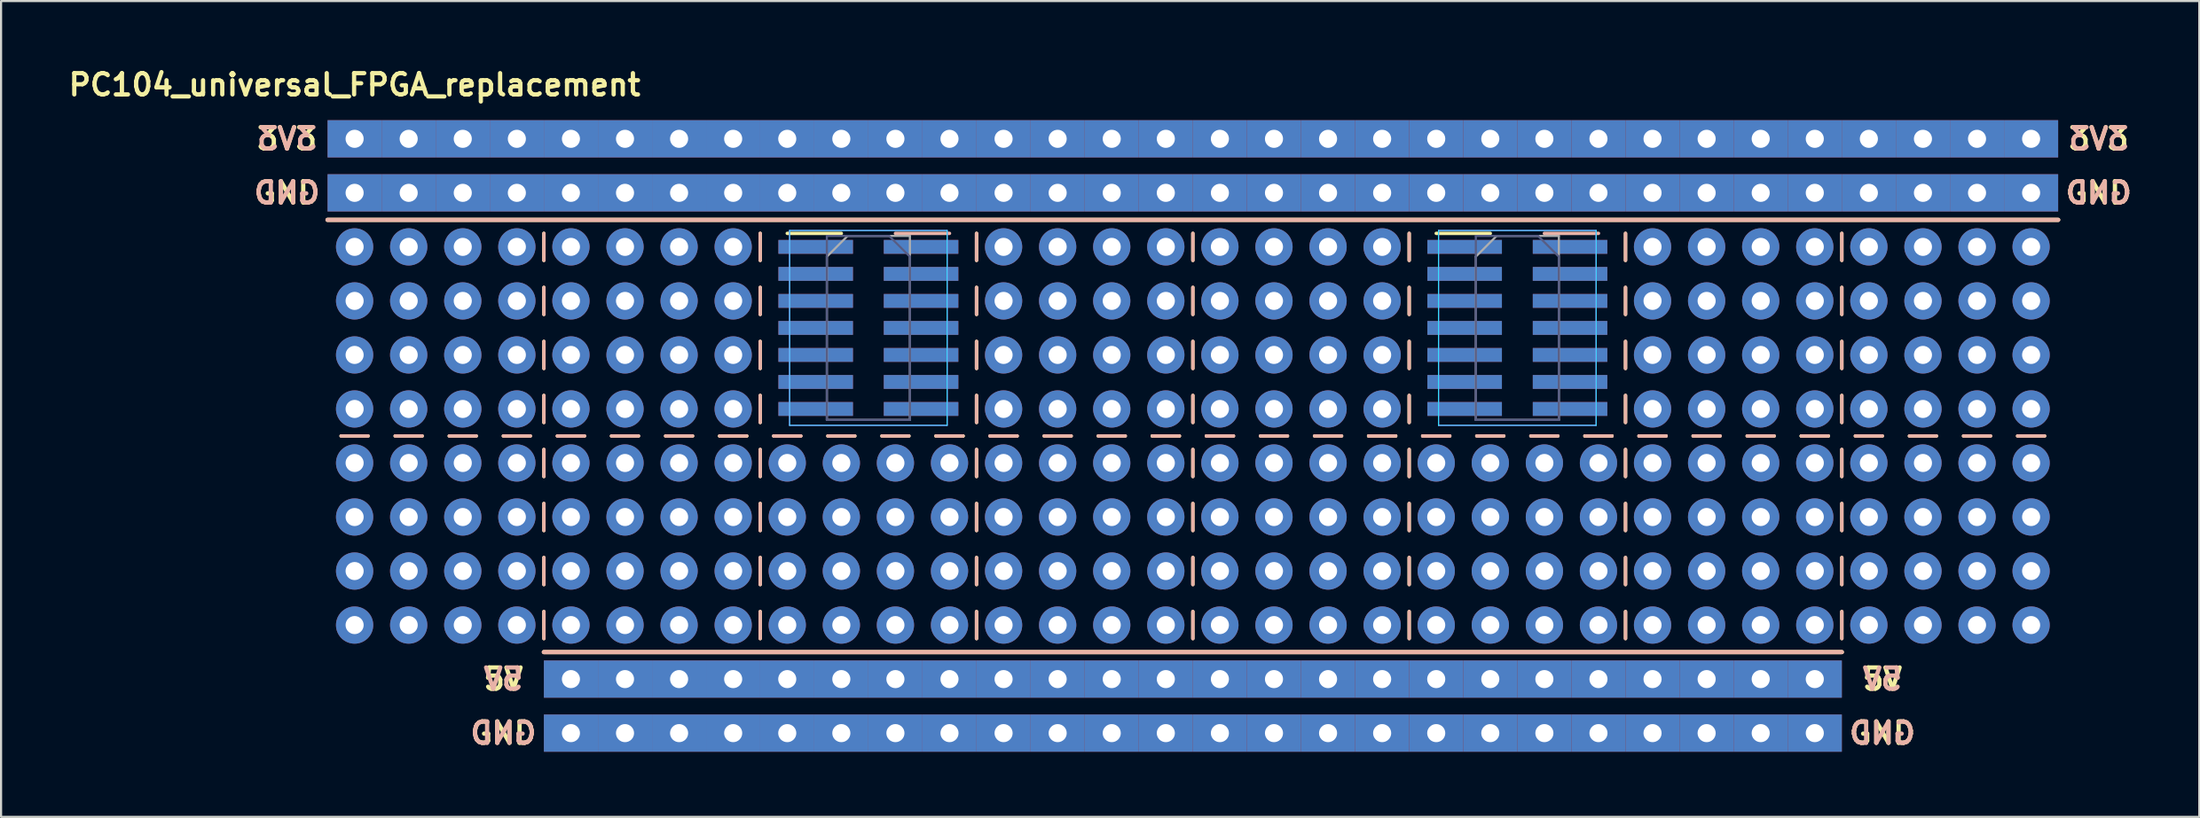
<source format=kicad_pcb>
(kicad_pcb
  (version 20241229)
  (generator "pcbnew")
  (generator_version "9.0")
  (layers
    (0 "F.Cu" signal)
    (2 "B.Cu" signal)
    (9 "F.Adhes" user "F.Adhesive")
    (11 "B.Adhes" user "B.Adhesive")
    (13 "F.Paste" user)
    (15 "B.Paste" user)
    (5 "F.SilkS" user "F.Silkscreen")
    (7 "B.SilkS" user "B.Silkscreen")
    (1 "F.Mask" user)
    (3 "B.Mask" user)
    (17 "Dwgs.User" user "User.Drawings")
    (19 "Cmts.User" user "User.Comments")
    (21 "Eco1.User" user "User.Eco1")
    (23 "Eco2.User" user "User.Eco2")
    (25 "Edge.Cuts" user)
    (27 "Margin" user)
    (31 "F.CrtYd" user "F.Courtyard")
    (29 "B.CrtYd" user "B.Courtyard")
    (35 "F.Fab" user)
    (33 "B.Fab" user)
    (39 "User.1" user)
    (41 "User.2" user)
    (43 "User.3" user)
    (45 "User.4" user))
  (footprint "PC104_universal_FPGA_replacement"
    (layer "F.Cu")
    (at 13.605 0.936)
    (property "Reference" "PC104_universal_FPGA_replacement" (at 0 0 0) (layer "F.SilkS") (effects (font (size 1 1) (thickness 0.2))))
    (attr through_hole)
    (fp_line (start -1.27 6.35) (end 80.01 6.35) (stroke (width 0.2) (type solid)) (layer "F.SilkS"))
    (fp_line (start -0.635 16.51) (end 0.635 16.51) (stroke (width 0.16) (type solid)) (layer "F.SilkS"))
    (fp_line (start 1.905 16.51) (end 3.175 16.51) (stroke (width 0.16) (type solid)) (layer "F.SilkS"))
    (fp_line (start 4.445 16.51) (end 5.715 16.51) (stroke (width 0.16) (type solid)) (layer "F.SilkS"))
    (fp_line (start 6.985 16.51) (end 8.255 16.51) (stroke (width 0.16) (type solid)) (layer "F.SilkS"))
    (fp_line (start 8.89 8.255) (end 8.89 6.985) (stroke (width 0.16) (type solid)) (layer "F.SilkS"))
    (fp_line (start 8.89 10.795) (end 8.89 9.525) (stroke (width 0.16) (type solid)) (layer "F.SilkS"))
    (fp_line (start 8.89 13.335) (end 8.89 12.065) (stroke (width 0.16) (type solid)) (layer "F.SilkS"))
    (fp_line (start 8.89 15.875) (end 8.89 14.605) (stroke (width 0.16) (type solid)) (layer "F.SilkS"))
    (fp_line (start 8.89 18.415) (end 8.89 17.145) (stroke (width 0.16) (type solid)) (layer "F.SilkS"))
    (fp_line (start 8.89 20.955) (end 8.89 19.685) (stroke (width 0.16) (type solid)) (layer "F.SilkS"))
    (fp_line (start 8.89 23.495) (end 8.89 22.225) (stroke (width 0.16) (type solid)) (layer "F.SilkS"))
    (fp_line (start 8.89 26.035) (end 8.89 24.765) (stroke (width 0.16) (type solid)) (layer "F.SilkS"))
    (fp_line (start 8.89 26.67) (end 69.85 26.67) (stroke (width 0.2) (type solid)) (layer "F.SilkS"))
    (fp_line (start 9.525 16.51) (end 10.795 16.51) (stroke (width 0.16) (type solid)) (layer "F.SilkS"))
    (fp_line (start 12.065 16.51) (end 13.335 16.51) (stroke (width 0.16) (type solid)) (layer "F.SilkS"))
    (fp_line (start 14.605 16.51) (end 15.875 16.51) (stroke (width 0.16) (type solid)) (layer "F.SilkS"))
    (fp_line (start 17.145 16.51) (end 18.415 16.51) (stroke (width 0.16) (type solid)) (layer "F.SilkS"))
    (fp_line (start 17.145 16.51) (end 18.415 16.51) (stroke (width 0.16) (type solid)) (layer "F.SilkS"))
    (fp_line (start 19.05 8.255) (end 19.05 6.985) (stroke (width 0.16) (type solid)) (layer "F.SilkS"))
    (fp_line (start 19.05 10.795) (end 19.05 9.525) (stroke (width 0.16) (type solid)) (layer "F.SilkS"))
    (fp_line (start 19.05 13.335) (end 19.05 12.065) (stroke (width 0.16) (type solid)) (layer "F.SilkS"))
    (fp_line (start 19.05 15.875) (end 19.05 14.605) (stroke (width 0.16) (type solid)) (layer "F.SilkS"))
    (fp_line (start 19.05 18.415) (end 19.05 17.145) (stroke (width 0.16) (type solid)) (layer "F.SilkS"))
    (fp_line (start 19.05 20.955) (end 19.05 19.685) (stroke (width 0.16) (type solid)) (layer "F.SilkS"))
    (fp_line (start 19.05 23.495) (end 19.05 22.225) (stroke (width 0.16) (type solid)) (layer "F.SilkS"))
    (fp_line (start 19.05 26.035) (end 19.05 24.765) (stroke (width 0.16) (type solid)) (layer "F.SilkS"))
    (fp_line (start 19.685 16.51) (end 20.955 16.51) (stroke (width 0.16) (type solid)) (layer "F.SilkS"))
    (fp_line (start 20.32 6.985) (end 22.86 6.985) (stroke (width 0.16) (type solid)) (layer "F.SilkS"))
    (fp_line (start 22.225 16.51) (end 23.495 16.51) (stroke (width 0.16) (type solid)) (layer "F.SilkS"))
    (fp_line (start 24.765 16.51) (end 26.035 16.51) (stroke (width 0.16) (type solid)) (layer "F.SilkS"))
    (fp_line (start 27.305 16.51) (end 28.575 16.51) (stroke (width 0.16) (type solid)) (layer "F.SilkS"))
    (fp_line (start 27.305 16.51) (end 28.575 16.51) (stroke (width 0.16) (type solid)) (layer "F.SilkS"))
    (fp_line (start 29.21 8.255) (end 29.21 6.985) (stroke (width 0.16) (type solid)) (layer "F.SilkS"))
    (fp_line (start 29.21 10.795) (end 29.21 9.525) (stroke (width 0.16) (type solid)) (layer "F.SilkS"))
    (fp_line (start 29.21 13.335) (end 29.21 12.065) (stroke (width 0.16) (type solid)) (layer "F.SilkS"))
    (fp_line (start 29.21 15.875) (end 29.21 14.605) (stroke (width 0.16) (type solid)) (layer "F.SilkS"))
    (fp_line (start 29.21 18.415) (end 29.21 17.145) (stroke (width 0.16) (type solid)) (layer "F.SilkS"))
    (fp_line (start 29.21 20.955) (end 29.21 19.685) (stroke (width 0.16) (type solid)) (layer "F.SilkS"))
    (fp_line (start 29.21 23.495) (end 29.21 22.225) (stroke (width 0.16) (type solid)) (layer "F.SilkS"))
    (fp_line (start 29.21 26.035) (end 29.21 24.765) (stroke (width 0.16) (type solid)) (layer "F.SilkS"))
    (fp_line (start 29.845 16.51) (end 31.115 16.51) (stroke (width 0.16) (type solid)) (layer "F.SilkS"))
    (fp_line (start 32.385 16.51) (end 33.655 16.51) (stroke (width 0.16) (type solid)) (layer "F.SilkS"))
    (fp_line (start 34.925 16.51) (end 36.195 16.51) (stroke (width 0.16) (type solid)) (layer "F.SilkS"))
    (fp_line (start 37.465 16.51) (end 38.735 16.51) (stroke (width 0.16) (type solid)) (layer "F.SilkS"))
    (fp_line (start 37.465 16.51) (end 38.735 16.51) (stroke (width 0.16) (type solid)) (layer "F.SilkS"))
    (fp_line (start 39.37 8.255) (end 39.37 6.985) (stroke (width 0.16) (type solid)) (layer "F.SilkS"))
    (fp_line (start 39.37 10.795) (end 39.37 9.525) (stroke (width 0.16) (type solid)) (layer "F.SilkS"))
    (fp_line (start 39.37 13.335) (end 39.37 12.065) (stroke (width 0.16) (type solid)) (layer "F.SilkS"))
    (fp_line (start 39.37 15.875) (end 39.37 14.605) (stroke (width 0.16) (type solid)) (layer "F.SilkS"))
    (fp_line (start 39.37 18.415) (end 39.37 17.145) (stroke (width 0.16) (type solid)) (layer "F.SilkS"))
    (fp_line (start 39.37 20.955) (end 39.37 19.685) (stroke (width 0.16) (type solid)) (layer "F.SilkS"))
    (fp_line (start 39.37 23.495) (end 39.37 22.225) (stroke (width 0.16) (type solid)) (layer "F.SilkS"))
    (fp_line (start 39.37 26.035) (end 39.37 24.765) (stroke (width 0.16) (type solid)) (layer "F.SilkS"))
    (fp_line (start 40.005 16.51) (end 41.275 16.51) (stroke (width 0.16) (type solid)) (layer "F.SilkS"))
    (fp_line (start 42.545 16.51) (end 43.815 16.51) (stroke (width 0.16) (type solid)) (layer "F.SilkS"))
    (fp_line (start 45.085 16.51) (end 46.355 16.51) (stroke (width 0.16) (type solid)) (layer "F.SilkS"))
    (fp_line (start 47.625 16.51) (end 48.895 16.51) (stroke (width 0.16) (type solid)) (layer "F.SilkS"))
    (fp_line (start 47.625 16.51) (end 48.895 16.51) (stroke (width 0.16) (type solid)) (layer "F.SilkS"))
    (fp_line (start 49.53 8.255) (end 49.53 6.985) (stroke (width 0.16) (type solid)) (layer "F.SilkS"))
    (fp_line (start 49.53 10.795) (end 49.53 9.525) (stroke (width 0.16) (type solid)) (layer "F.SilkS"))
    (fp_line (start 49.53 13.335) (end 49.53 12.065) (stroke (width 0.16) (type solid)) (layer "F.SilkS"))
    (fp_line (start 49.53 15.875) (end 49.53 14.605) (stroke (width 0.16) (type solid)) (layer "F.SilkS"))
    (fp_line (start 49.53 18.415) (end 49.53 17.145) (stroke (width 0.16) (type solid)) (layer "F.SilkS"))
    (fp_line (start 49.53 20.955) (end 49.53 19.685) (stroke (width 0.16) (type solid)) (layer "F.SilkS"))
    (fp_line (start 49.53 23.495) (end 49.53 22.225) (stroke (width 0.16) (type solid)) (layer "F.SilkS"))
    (fp_line (start 49.53 26.035) (end 49.53 24.765) (stroke (width 0.16) (type solid)) (layer "F.SilkS"))
    (fp_line (start 50.165 16.51) (end 51.435 16.51) (stroke (width 0.16) (type solid)) (layer "F.SilkS"))
    (fp_line (start 50.8 6.985) (end 53.34 6.985) (stroke (width 0.16) (type solid)) (layer "F.SilkS"))
    (fp_line (start 52.705 16.51) (end 53.975 16.51) (stroke (width 0.16) (type solid)) (layer "F.SilkS"))
    (fp_line (start 55.245 16.51) (end 56.515 16.51) (stroke (width 0.16) (type solid)) (layer "F.SilkS"))
    (fp_line (start 57.785 16.51) (end 59.055 16.51) (stroke (width 0.16) (type solid)) (layer "F.SilkS"))
    (fp_line (start 57.785 16.51) (end 59.055 16.51) (stroke (width 0.16) (type solid)) (layer "F.SilkS"))
    (fp_line (start 59.69 8.255) (end 59.69 6.985) (stroke (width 0.16) (type solid)) (layer "F.SilkS"))
    (fp_line (start 59.69 10.795) (end 59.69 9.525) (stroke (width 0.16) (type solid)) (layer "F.SilkS"))
    (fp_line (start 59.69 13.335) (end 59.69 12.065) (stroke (width 0.16) (type solid)) (layer "F.SilkS"))
    (fp_line (start 59.69 15.875) (end 59.69 14.605) (stroke (width 0.16) (type solid)) (layer "F.SilkS"))
    (fp_line (start 59.69 18.415) (end 59.69 17.145) (stroke (width 0.16) (type solid)) (layer "F.SilkS"))
    (fp_line (start 59.69 20.955) (end 59.69 19.685) (stroke (width 0.16) (type solid)) (layer "F.SilkS"))
    (fp_line (start 59.69 23.495) (end 59.69 22.225) (stroke (width 0.16) (type solid)) (layer "F.SilkS"))
    (fp_line (start 59.69 26.035) (end 59.69 24.765) (stroke (width 0.16) (type solid)) (layer "F.SilkS"))
    (fp_line (start 60.325 16.51) (end 61.595 16.51) (stroke (width 0.16) (type solid)) (layer "F.SilkS"))
    (fp_line (start 62.865 16.51) (end 64.135 16.51) (stroke (width 0.16) (type solid)) (layer "F.SilkS"))
    (fp_line (start 65.405 16.51) (end 66.675 16.51) (stroke (width 0.16) (type solid)) (layer "F.SilkS"))
    (fp_line (start 67.945 16.51) (end 69.215 16.51) (stroke (width 0.16) (type solid)) (layer "F.SilkS"))
    (fp_line (start 67.945 16.51) (end 69.215 16.51) (stroke (width 0.16) (type solid)) (layer "F.SilkS"))
    (fp_line (start 69.85 8.255) (end 69.85 6.985) (stroke (width 0.16) (type solid)) (layer "F.SilkS"))
    (fp_line (start 69.85 10.795) (end 69.85 9.525) (stroke (width 0.16) (type solid)) (layer "F.SilkS"))
    (fp_line (start 69.85 13.335) (end 69.85 12.065) (stroke (width 0.16) (type solid)) (layer "F.SilkS"))
    (fp_line (start 69.85 15.875) (end 69.85 14.605) (stroke (width 0.16) (type solid)) (layer "F.SilkS"))
    (fp_line (start 69.85 18.415) (end 69.85 17.145) (stroke (width 0.16) (type solid)) (layer "F.SilkS"))
    (fp_line (start 69.85 20.955) (end 69.85 19.685) (stroke (width 0.16) (type solid)) (layer "F.SilkS"))
    (fp_line (start 69.85 23.495) (end 69.85 22.225) (stroke (width 0.16) (type solid)) (layer "F.SilkS"))
    (fp_line (start 69.85 26.035) (end 69.85 24.765) (stroke (width 0.16) (type solid)) (layer "F.SilkS"))
    (fp_line (start 70.485 16.51) (end 71.755 16.51) (stroke (width 0.16) (type solid)) (layer "F.SilkS"))
    (fp_line (start 73.025 16.51) (end 74.295 16.51) (stroke (width 0.16) (type solid)) (layer "F.SilkS"))
    (fp_line (start 75.565 16.51) (end 76.835 16.51) (stroke (width 0.16) (type solid)) (layer "F.SilkS"))
    (fp_line (start 78.105 16.51) (end 79.375 16.51) (stroke (width 0.16) (type solid)) (layer "F.SilkS"))
    (fp_line (start 0.635 16.51) (end -0.635 16.51) (stroke (width 0.16) (type solid)) (layer "B.SilkS"))
    (fp_line (start 3.175 16.51) (end 1.905 16.51) (stroke (width 0.16) (type solid)) (layer "B.SilkS"))
    (fp_line (start 5.715 16.51) (end 4.445 16.51) (stroke (width 0.16) (type solid)) (layer "B.SilkS"))
    (fp_line (start 8.255 16.51) (end 6.985 16.51) (stroke (width 0.16) (type solid)) (layer "B.SilkS"))
    (fp_line (start 8.89 8.255) (end 8.89 6.985) (stroke (width 0.16) (type solid)) (layer "B.SilkS"))
    (fp_line (start 8.89 10.795) (end 8.89 9.525) (stroke (width 0.16) (type solid)) (layer "B.SilkS"))
    (fp_line (start 8.89 13.335) (end 8.89 12.065) (stroke (width 0.16) (type solid)) (layer "B.SilkS"))
    (fp_line (start 8.89 15.875) (end 8.89 14.605) (stroke (width 0.16) (type solid)) (layer "B.SilkS"))
    (fp_line (start 8.89 18.415) (end 8.89 17.145) (stroke (width 0.16) (type solid)) (layer "B.SilkS"))
    (fp_line (start 8.89 20.955) (end 8.89 19.685) (stroke (width 0.16) (type solid)) (layer "B.SilkS"))
    (fp_line (start 8.89 23.495) (end 8.89 22.225) (stroke (width 0.16) (type solid)) (layer "B.SilkS"))
    (fp_line (start 8.89 26.035) (end 8.89 24.765) (stroke (width 0.16) (type solid)) (layer "B.SilkS"))
    (fp_line (start 10.795 16.51) (end 9.525 16.51) (stroke (width 0.16) (type solid)) (layer "B.SilkS"))
    (fp_line (start 10.795 16.51) (end 9.525 16.51) (stroke (width 0.16) (type solid)) (layer "B.SilkS"))
    (fp_line (start 13.335 16.51) (end 12.065 16.51) (stroke (width 0.16) (type solid)) (layer "B.SilkS"))
    (fp_line (start 15.875 16.51) (end 14.605 16.51) (stroke (width 0.16) (type solid)) (layer "B.SilkS"))
    (fp_line (start 18.415 16.51) (end 17.145 16.51) (stroke (width 0.16) (type solid)) (layer "B.SilkS"))
    (fp_line (start 19.05 8.255) (end 19.05 6.985) (stroke (width 0.16) (type solid)) (layer "B.SilkS"))
    (fp_line (start 19.05 10.795) (end 19.05 9.525) (stroke (width 0.16) (type solid)) (layer "B.SilkS"))
    (fp_line (start 19.05 13.335) (end 19.05 12.065) (stroke (width 0.16) (type solid)) (layer "B.SilkS"))
    (fp_line (start 19.05 15.875) (end 19.05 14.605) (stroke (width 0.16) (type solid)) (layer "B.SilkS"))
    (fp_line (start 19.05 18.415) (end 19.05 17.145) (stroke (width 0.16) (type solid)) (layer "B.SilkS"))
    (fp_line (start 19.05 20.955) (end 19.05 19.685) (stroke (width 0.16) (type solid)) (layer "B.SilkS"))
    (fp_line (start 19.05 23.495) (end 19.05 22.225) (stroke (width 0.16) (type solid)) (layer "B.SilkS"))
    (fp_line (start 19.05 26.035) (end 19.05 24.765) (stroke (width 0.16) (type solid)) (layer "B.SilkS"))
    (fp_line (start 20.955 16.51) (end 19.685 16.51) (stroke (width 0.16) (type solid)) (layer "B.SilkS"))
    (fp_line (start 20.955 16.51) (end 19.685 16.51) (stroke (width 0.16) (type solid)) (layer "B.SilkS"))
    (fp_line (start 23.495 16.51) (end 22.225 16.51) (stroke (width 0.16) (type solid)) (layer "B.SilkS"))
    (fp_line (start 26.035 16.51) (end 24.765 16.51) (stroke (width 0.16) (type solid)) (layer "B.SilkS"))
    (fp_line (start 27.94 6.985) (end 25.4 6.985) (stroke (width 0.16) (type solid)) (layer "B.SilkS"))
    (fp_line (start 28.575 16.51) (end 27.305 16.51) (stroke (width 0.16) (type solid)) (layer "B.SilkS"))
    (fp_line (start 29.21 8.255) (end 29.21 6.985) (stroke (width 0.16) (type solid)) (layer "B.SilkS"))
    (fp_line (start 29.21 10.795) (end 29.21 9.525) (stroke (width 0.16) (type solid)) (layer "B.SilkS"))
    (fp_line (start 29.21 13.335) (end 29.21 12.065) (stroke (width 0.16) (type solid)) (layer "B.SilkS"))
    (fp_line (start 29.21 15.875) (end 29.21 14.605) (stroke (width 0.16) (type solid)) (layer "B.SilkS"))
    (fp_line (start 29.21 18.415) (end 29.21 17.145) (stroke (width 0.16) (type solid)) (layer "B.SilkS"))
    (fp_line (start 29.21 20.955) (end 29.21 19.685) (stroke (width 0.16) (type solid)) (layer "B.SilkS"))
    (fp_line (start 29.21 23.495) (end 29.21 22.225) (stroke (width 0.16) (type solid)) (layer "B.SilkS"))
    (fp_line (start 29.21 26.035) (end 29.21 24.765) (stroke (width 0.16) (type solid)) (layer "B.SilkS"))
    (fp_line (start 31.115 16.51) (end 29.845 16.51) (stroke (width 0.16) (type solid)) (layer "B.SilkS"))
    (fp_line (start 31.115 16.51) (end 29.845 16.51) (stroke (width 0.16) (type solid)) (layer "B.SilkS"))
    (fp_line (start 33.655 16.51) (end 32.385 16.51) (stroke (width 0.16) (type solid)) (layer "B.SilkS"))
    (fp_line (start 36.195 16.51) (end 34.925 16.51) (stroke (width 0.16) (type solid)) (layer "B.SilkS"))
    (fp_line (start 38.735 16.51) (end 37.465 16.51) (stroke (width 0.16) (type solid)) (layer "B.SilkS"))
    (fp_line (start 39.37 8.255) (end 39.37 6.985) (stroke (width 0.16) (type solid)) (layer "B.SilkS"))
    (fp_line (start 39.37 10.795) (end 39.37 9.525) (stroke (width 0.16) (type solid)) (layer "B.SilkS"))
    (fp_line (start 39.37 13.335) (end 39.37 12.065) (stroke (width 0.16) (type solid)) (layer "B.SilkS"))
    (fp_line (start 39.37 15.875) (end 39.37 14.605) (stroke (width 0.16) (type solid)) (layer "B.SilkS"))
    (fp_line (start 39.37 18.415) (end 39.37 17.145) (stroke (width 0.16) (type solid)) (layer "B.SilkS"))
    (fp_line (start 39.37 20.955) (end 39.37 19.685) (stroke (width 0.16) (type solid)) (layer "B.SilkS"))
    (fp_line (start 39.37 23.495) (end 39.37 22.225) (stroke (width 0.16) (type solid)) (layer "B.SilkS"))
    (fp_line (start 39.37 26.035) (end 39.37 24.765) (stroke (width 0.16) (type solid)) (layer "B.SilkS"))
    (fp_line (start 41.275 16.51) (end 40.005 16.51) (stroke (width 0.16) (type solid)) (layer "B.SilkS"))
    (fp_line (start 41.275 16.51) (end 40.005 16.51) (stroke (width 0.16) (type solid)) (layer "B.SilkS"))
    (fp_line (start 43.815 16.51) (end 42.545 16.51) (stroke (width 0.16) (type solid)) (layer "B.SilkS"))
    (fp_line (start 46.355 16.51) (end 45.085 16.51) (stroke (width 0.16) (type solid)) (layer "B.SilkS"))
    (fp_line (start 48.895 16.51) (end 47.625 16.51) (stroke (width 0.16) (type solid)) (layer "B.SilkS"))
    (fp_line (start 49.53 8.255) (end 49.53 6.985) (stroke (width 0.16) (type solid)) (layer "B.SilkS"))
    (fp_line (start 49.53 10.795) (end 49.53 9.525) (stroke (width 0.16) (type solid)) (layer "B.SilkS"))
    (fp_line (start 49.53 13.335) (end 49.53 12.065) (stroke (width 0.16) (type solid)) (layer "B.SilkS"))
    (fp_line (start 49.53 15.875) (end 49.53 14.605) (stroke (width 0.16) (type solid)) (layer "B.SilkS"))
    (fp_line (start 49.53 18.415) (end 49.53 17.145) (stroke (width 0.16) (type solid)) (layer "B.SilkS"))
    (fp_line (start 49.53 20.955) (end 49.53 19.685) (stroke (width 0.16) (type solid)) (layer "B.SilkS"))
    (fp_line (start 49.53 23.495) (end 49.53 22.225) (stroke (width 0.16) (type solid)) (layer "B.SilkS"))
    (fp_line (start 49.53 26.035) (end 49.53 24.765) (stroke (width 0.16) (type solid)) (layer "B.SilkS"))
    (fp_line (start 51.435 16.51) (end 50.165 16.51) (stroke (width 0.16) (type solid)) (layer "B.SilkS"))
    (fp_line (start 51.435 16.51) (end 50.165 16.51) (stroke (width 0.16) (type solid)) (layer "B.SilkS"))
    (fp_line (start 53.975 16.51) (end 52.705 16.51) (stroke (width 0.16) (type solid)) (layer "B.SilkS"))
    (fp_line (start 56.515 16.51) (end 55.245 16.51) (stroke (width 0.16) (type solid)) (layer "B.SilkS"))
    (fp_line (start 58.42 6.985) (end 55.88 6.985) (stroke (width 0.16) (type solid)) (layer "B.SilkS"))
    (fp_line (start 59.055 16.51) (end 57.785 16.51) (stroke (width 0.16) (type solid)) (layer "B.SilkS"))
    (fp_line (start 59.69 8.255) (end 59.69 6.985) (stroke (width 0.16) (type solid)) (layer "B.SilkS"))
    (fp_line (start 59.69 10.795) (end 59.69 9.525) (stroke (width 0.16) (type solid)) (layer "B.SilkS"))
    (fp_line (start 59.69 13.335) (end 59.69 12.065) (stroke (width 0.16) (type solid)) (layer "B.SilkS"))
    (fp_line (start 59.69 15.875) (end 59.69 14.605) (stroke (width 0.16) (type solid)) (layer "B.SilkS"))
    (fp_line (start 59.69 18.415) (end 59.69 17.145) (stroke (width 0.16) (type solid)) (layer "B.SilkS"))
    (fp_line (start 59.69 20.955) (end 59.69 19.685) (stroke (width 0.16) (type solid)) (layer "B.SilkS"))
    (fp_line (start 59.69 23.495) (end 59.69 22.225) (stroke (width 0.16) (type solid)) (layer "B.SilkS"))
    (fp_line (start 59.69 26.035) (end 59.69 24.765) (stroke (width 0.16) (type solid)) (layer "B.SilkS"))
    (fp_line (start 61.595 16.51) (end 60.325 16.51) (stroke (width 0.16) (type solid)) (layer "B.SilkS"))
    (fp_line (start 61.595 16.51) (end 60.325 16.51) (stroke (width 0.16) (type solid)) (layer "B.SilkS"))
    (fp_line (start 64.135 16.51) (end 62.865 16.51) (stroke (width 0.16) (type solid)) (layer "B.SilkS"))
    (fp_line (start 66.675 16.51) (end 65.405 16.51) (stroke (width 0.16) (type solid)) (layer "B.SilkS"))
    (fp_line (start 69.215 16.51) (end 67.945 16.51) (stroke (width 0.16) (type solid)) (layer "B.SilkS"))
    (fp_line (start 69.85 8.255) (end 69.85 6.985) (stroke (width 0.16) (type solid)) (layer "B.SilkS"))
    (fp_line (start 69.85 10.795) (end 69.85 9.525) (stroke (width 0.16) (type solid)) (layer "B.SilkS"))
    (fp_line (start 69.85 13.335) (end 69.85 12.065) (stroke (width 0.16) (type solid)) (layer "B.SilkS"))
    (fp_line (start 69.85 15.875) (end 69.85 14.605) (stroke (width 0.16) (type solid)) (layer "B.SilkS"))
    (fp_line (start 69.85 18.415) (end 69.85 17.145) (stroke (width 0.16) (type solid)) (layer "B.SilkS"))
    (fp_line (start 69.85 20.955) (end 69.85 19.685) (stroke (width 0.16) (type solid)) (layer "B.SilkS"))
    (fp_line (start 69.85 23.495) (end 69.85 22.225) (stroke (width 0.16) (type solid)) (layer "B.SilkS"))
    (fp_line (start 69.85 26.035) (end 69.85 24.765) (stroke (width 0.16) (type solid)) (layer "B.SilkS"))
    (fp_line (start 69.85 26.67) (end 8.89 26.67) (stroke (width 0.2) (type solid)) (layer "B.SilkS"))
    (fp_line (start 71.755 16.51) (end 70.485 16.51) (stroke (width 0.16) (type solid)) (layer "B.SilkS"))
    (fp_line (start 74.295 16.51) (end 73.025 16.51) (stroke (width 0.16) (type solid)) (layer "B.SilkS"))
    (fp_line (start 76.835 16.51) (end 75.565 16.51) (stroke (width 0.16) (type solid)) (layer "B.SilkS"))
    (fp_line (start 79.375 16.51) (end 78.105 16.51) (stroke (width 0.16) (type solid)) (layer "B.SilkS"))
    (fp_line (start 80.01 6.35) (end -1.27 6.35) (stroke (width 0.2) (type solid)) (layer "B.SilkS"))
    (fp_line (start 20.43 6.85) (end 27.83 6.85) (stroke (width 0.05) (type solid)) (layer "B.CrtYd"))
    (fp_line (start 20.43 16.01) (end 20.43 6.85) (stroke (width 0.05) (type solid)) (layer "B.CrtYd"))
    (fp_line (start 27.83 6.85) (end 27.83 16.01) (stroke (width 0.05) (type solid)) (layer "B.CrtYd"))
    (fp_line (start 27.83 16.01) (end 20.43 16.01) (stroke (width 0.05) (type solid)) (layer "B.CrtYd"))
    (fp_line (start 50.91 6.85) (end 58.31 6.85) (stroke (width 0.05) (type solid)) (layer "B.CrtYd"))
    (fp_line (start 50.91 16.01) (end 50.91 6.85) (stroke (width 0.05) (type solid)) (layer "B.CrtYd"))
    (fp_line (start 58.31 6.85) (end 58.31 16.01) (stroke (width 0.05) (type solid)) (layer "B.CrtYd"))
    (fp_line (start 58.31 16.01) (end 50.91 16.01) (stroke (width 0.05) (type solid)) (layer "B.CrtYd"))
    (fp_line (start 20.43 6.85) (end 20.43 16.01) (stroke (width 0.05) (type solid)) (layer "F.CrtYd"))
    (fp_line (start 20.43 16.01) (end 27.83 16.01) (stroke (width 0.05) (type solid)) (layer "F.CrtYd"))
    (fp_line (start 27.83 6.85) (end 20.43 6.85) (stroke (width 0.05) (type solid)) (layer "F.CrtYd"))
    (fp_line (start 27.83 16.01) (end 27.83 6.85) (stroke (width 0.05) (type solid)) (layer "F.CrtYd"))
    (fp_line (start 50.91 6.85) (end 50.91 16.01) (stroke (width 0.05) (type solid)) (layer "F.CrtYd"))
    (fp_line (start 50.91 16.01) (end 58.31 16.01) (stroke (width 0.05) (type solid)) (layer "F.CrtYd"))
    (fp_line (start 58.31 6.85) (end 50.91 6.85) (stroke (width 0.05) (type solid)) (layer "F.CrtYd"))
    (fp_line (start 58.31 16.01) (end 58.31 6.85) (stroke (width 0.05) (type solid)) (layer "F.CrtYd"))
    (fp_line (start 22.18 7.105) (end 22.18 15.755) (stroke (width 0.1) (type solid)) (layer "B.Fab"))
    (fp_line (start 22.18 15.755) (end 26.08 15.755) (stroke (width 0.1) (type solid)) (layer "B.Fab"))
    (fp_line (start 25.105 7.105) (end 22.18 7.105) (stroke (width 0.1) (type solid)) (layer "B.Fab"))
    (fp_line (start 26.08 8.08) (end 25.105 7.105) (stroke (width 0.1) (type solid)) (layer "B.Fab"))
    (fp_line (start 26.08 15.755) (end 26.08 8.08) (stroke (width 0.1) (type solid)) (layer "B.Fab"))
    (fp_line (start 52.66 7.105) (end 52.66 15.755) (stroke (width 0.1) (type solid)) (layer "B.Fab"))
    (fp_line (start 52.66 15.755) (end 56.56 15.755) (stroke (width 0.1) (type solid)) (layer "B.Fab"))
    (fp_line (start 55.585 7.105) (end 52.66 7.105) (stroke (width 0.1) (type solid)) (layer "B.Fab"))
    (fp_line (start 56.56 8.08) (end 55.585 7.105) (stroke (width 0.1) (type solid)) (layer "B.Fab"))
    (fp_line (start 56.56 15.755) (end 56.56 8.08) (stroke (width 0.1) (type solid)) (layer "B.Fab"))
    (fp_line (start 22.18 8.08) (end 23.155 7.105) (stroke (width 0.1) (type solid)) (layer "F.Fab"))
    (fp_line (start 22.18 15.755) (end 22.18 8.08) (stroke (width 0.1) (type solid)) (layer "F.Fab"))
    (fp_line (start 23.155 7.105) (end 26.08 7.105) (stroke (width 0.1) (type solid)) (layer "F.Fab"))
    (fp_line (start 26.08 7.105) (end 26.08 15.755) (stroke (width 0.1) (type solid)) (layer "F.Fab"))
    (fp_line (start 26.08 15.755) (end 22.18 15.755) (stroke (width 0.1) (type solid)) (layer "F.Fab"))
    (fp_line (start 52.66 8.08) (end 53.635 7.105) (stroke (width 0.1) (type solid)) (layer "F.Fab"))
    (fp_line (start 52.66 15.755) (end 52.66 8.08) (stroke (width 0.1) (type solid)) (layer "F.Fab"))
    (fp_line (start 53.635 7.105) (end 56.56 7.105) (stroke (width 0.1) (type solid)) (layer "F.Fab"))
    (fp_line (start 56.56 7.105) (end 56.56 15.755) (stroke (width 0.1) (type solid)) (layer "F.Fab"))
    (fp_line (start 56.56 15.755) (end 52.66 15.755) (stroke (width 0.1) (type solid)) (layer "F.Fab"))
    (fp_text user "3V3" (at 81.915 2.54 0) (layer "F.SilkS") (effects (font (size 1 1) (thickness 0.2))))
    (fp_text user "GND" (at 81.915 5.08 0) (layer "F.SilkS") (effects (font (size 1 1) (thickness 0.2))))
    (fp_text user "5V" (at 6.985 27.94 0) (layer "F.SilkS") (effects (font (size 1 1) (thickness 0.2))))
    (fp_text user "GND" (at 6.985 30.48 0) (layer "F.SilkS") (effects (font (size 1 1) (thickness 0.2))))
    (fp_text user "GND" (at 71.755 30.48 0) (layer "F.SilkS") (effects (font (size 1 1) (thickness 0.2))))
    (fp_text user "3V3" (at -3.175 2.54 0) (layer "F.SilkS") (effects (font (size 1 1) (thickness 0.2))))
    (fp_text user "GND" (at -3.175 5.08 0) (layer "F.SilkS") (effects (font (size 1 1) (thickness 0.2))))
    (fp_text user "5V" (at 71.755 27.94 0) (layer "F.SilkS") (effects (font (size 1 1) (thickness 0.2))))
    (fp_text user "GND" (at 81.915 5.08 0) (layer "B.SilkS") (effects (font (size 1 1) (thickness 0.2)) (justify mirror)))
    (fp_text user "3V3" (at -3.175 2.54 180) (layer "B.SilkS") (effects (font (size 1 1) (thickness 0.2)) (justify mirror)))
    (fp_text user "5V" (at 71.755 27.94 180) (layer "B.SilkS") (effects (font (size 1 1) (thickness 0.2)) (justify mirror)))
    (fp_text user "GND" (at -3.175 5.08 0) (layer "B.SilkS") (effects (font (size 1 1) (thickness 0.2)) (justify mirror)))
    (fp_text user "GND" (at 71.755 30.48 180) (layer "B.SilkS") (effects (font (size 1 1) (thickness 0.2)) (justify mirror)))
    (fp_text user "5V" (at 6.985 27.94 180) (layer "B.SilkS") (effects (font (size 1 1) (thickness 0.2)) (justify mirror)))
    (fp_text user "GND" (at 6.985 30.48 180) (layer "B.SilkS") (effects (font (size 1 1) (thickness 0.2)) (justify mirror)))
    (fp_text user "3V3" (at 81.915 2.54 0) (layer "B.SilkS") (effects (font (size 1 1) (thickness 0.2)) (justify mirror)))
    (pad "1" thru_hole rect (at 0 2.54) (size 2.54 1.75) (drill 0.85) (layers "*.Cu" "*.Mask"))
    (pad "1" thru_hole rect (at 2.54 2.54) (size 2.54 1.75) (drill 0.85) (layers "*.Cu" "*.Mask"))
    (pad "1" thru_hole rect (at 5.08 2.54) (size 2.54 1.75) (drill 0.85) (layers "*.Cu" "*.Mask"))
    (pad "1" thru_hole rect (at 7.62 2.54) (size 2.54 1.75) (drill 0.85) (layers "*.Cu" "*.Mask"))
    (pad "1" thru_hole rect (at 10.16 2.54) (size 2.54 1.75) (drill 0.85) (layers "*.Cu" "*.Mask"))
    (pad "1" thru_hole rect (at 12.7 2.54) (size 2.54 1.75) (drill 0.85) (layers "*.Cu" "*.Mask"))
    (pad "1" thru_hole rect (at 15.24 2.54) (size 2.54 1.75) (drill 0.85) (layers "*.Cu" "*.Mask"))
    (pad "1" thru_hole rect (at 17.78 2.54) (size 2.54 1.75) (drill 0.85) (layers "*.Cu" "*.Mask"))
    (pad "1" thru_hole rect (at 20.32 2.54) (size 2.54 1.75) (drill 0.85) (layers "*.Cu" "*.Mask"))
    (pad "1" thru_hole rect (at 22.86 2.54) (size 2.54 1.75) (drill 0.85) (layers "*.Cu" "*.Mask"))
    (pad "1" thru_hole rect (at 25.4 2.54) (size 2.54 1.75) (drill 0.85) (layers "*.Cu" "*.Mask"))
    (pad "1" thru_hole rect (at 27.94 2.54) (size 2.54 1.75) (drill 0.85) (layers "*.Cu" "*.Mask"))
    (pad "1" thru_hole rect (at 30.48 2.54) (size 2.54 1.75) (drill 0.85) (layers "*.Cu" "*.Mask"))
    (pad "1" thru_hole rect (at 33.02 2.54) (size 2.54 1.75) (drill 0.85) (layers "*.Cu" "*.Mask"))
    (pad "1" thru_hole rect (at 35.56 2.54) (size 2.54 1.75) (drill 0.85) (layers "*.Cu" "*.Mask"))
    (pad "1" thru_hole rect (at 38.1 2.54) (size 2.54 1.75) (drill 0.85) (layers "*.Cu" "*.Mask"))
    (pad "1" thru_hole rect (at 40.64 2.54) (size 2.54 1.75) (drill 0.85) (layers "*.Cu" "*.Mask"))
    (pad "1" thru_hole rect (at 43.18 2.54) (size 2.54 1.75) (drill 0.85) (layers "*.Cu" "*.Mask"))
    (pad "1" thru_hole rect (at 45.72 2.54) (size 2.54 1.75) (drill 0.85) (layers "*.Cu" "*.Mask"))
    (pad "1" thru_hole rect (at 48.26 2.54) (size 2.54 1.75) (drill 0.85) (layers "*.Cu" "*.Mask"))
    (pad "1" thru_hole rect (at 50.8 2.54) (size 2.54 1.75) (drill 0.85) (layers "*.Cu" "*.Mask"))
    (pad "1" thru_hole rect (at 53.34 2.54) (size 2.54 1.75) (drill 0.85) (layers "*.Cu" "*.Mask"))
    (pad "1" thru_hole rect (at 55.88 2.54) (size 2.54 1.75) (drill 0.85) (layers "*.Cu" "*.Mask"))
    (pad "1" thru_hole rect (at 58.42 2.54) (size 2.54 1.75) (drill 0.85) (layers "*.Cu" "*.Mask"))
    (pad "1" thru_hole rect (at 60.96 2.54) (size 2.54 1.75) (drill 0.85) (layers "*.Cu" "*.Mask"))
    (pad "1" thru_hole rect (at 63.5 2.54) (size 2.54 1.75) (drill 0.85) (layers "*.Cu" "*.Mask"))
    (pad "1" thru_hole rect (at 66.04 2.54) (size 2.54 1.75) (drill 0.85) (layers "*.Cu" "*.Mask"))
    (pad "1" thru_hole rect (at 68.58 2.54) (size 2.54 1.75) (drill 0.85) (layers "*.Cu" "*.Mask"))
    (pad "1" thru_hole rect (at 71.12 2.54) (size 2.54 1.75) (drill 0.85) (layers "*.Cu" "*.Mask"))
    (pad "1" thru_hole rect (at 73.66 2.54) (size 2.54 1.75) (drill 0.85) (layers "*.Cu" "*.Mask"))
    (pad "1" thru_hole rect (at 76.2 2.54) (size 2.54 1.75) (drill 0.85) (layers "*.Cu" "*.Mask"))
    (pad "1" thru_hole rect (at 78.74 2.54) (size 2.54 1.75) (drill 0.85) (layers "*.Cu" "*.Mask"))
    (pad "2" thru_hole rect (at 0 5.08) (size 2.54 1.75) (drill 0.85) (layers "*.Cu" "*.Mask"))
    (pad "2" thru_hole rect (at 2.54 5.08) (size 2.54 1.75) (drill 0.85) (layers "*.Cu" "*.Mask"))
    (pad "2" thru_hole rect (at 5.08 5.08) (size 2.54 1.75) (drill 0.85) (layers "*.Cu" "*.Mask"))
    (pad "2" thru_hole rect (at 7.62 5.08) (size 2.54 1.75) (drill 0.85) (layers "*.Cu" "*.Mask"))
    (pad "2" thru_hole rect (at 10.16 5.08) (size 2.54 1.75) (drill 0.85) (layers "*.Cu" "*.Mask"))
    (pad "2" thru_hole rect (at 12.7 5.08) (size 2.54 1.75) (drill 0.85) (layers "*.Cu" "*.Mask"))
    (pad "2" thru_hole rect (at 15.24 5.08) (size 2.54 1.75) (drill 0.85) (layers "*.Cu" "*.Mask"))
    (pad "2" thru_hole rect (at 17.78 5.08) (size 2.54 1.75) (drill 0.85) (layers "*.Cu" "*.Mask"))
    (pad "2" thru_hole rect (at 20.32 5.08) (size 2.54 1.75) (drill 0.85) (layers "*.Cu" "*.Mask"))
    (pad "2" thru_hole rect (at 22.86 5.08) (size 2.54 1.75) (drill 0.85) (layers "*.Cu" "*.Mask"))
    (pad "2" thru_hole rect (at 25.4 5.08) (size 2.54 1.75) (drill 0.85) (layers "*.Cu" "*.Mask"))
    (pad "2" thru_hole rect (at 27.94 5.08) (size 2.54 1.75) (drill 0.85) (layers "*.Cu" "*.Mask"))
    (pad "2" thru_hole rect (at 30.48 5.08) (size 2.54 1.75) (drill 0.85) (layers "*.Cu" "*.Mask"))
    (pad "2" thru_hole rect (at 33.02 5.08) (size 2.54 1.75) (drill 0.85) (layers "*.Cu" "*.Mask"))
    (pad "2" thru_hole rect (at 35.56 5.08) (size 2.54 1.75) (drill 0.85) (layers "*.Cu" "*.Mask"))
    (pad "2" thru_hole rect (at 38.1 5.08) (size 2.54 1.75) (drill 0.85) (layers "*.Cu" "*.Mask"))
    (pad "2" thru_hole rect (at 40.64 5.08) (size 2.54 1.75) (drill 0.85) (layers "*.Cu" "*.Mask"))
    (pad "2" thru_hole rect (at 43.18 5.08) (size 2.54 1.75) (drill 0.85) (layers "*.Cu" "*.Mask"))
    (pad "2" thru_hole rect (at 45.72 5.08) (size 2.54 1.75) (drill 0.85) (layers "*.Cu" "*.Mask"))
    (pad "2" thru_hole rect (at 48.26 5.08) (size 2.54 1.75) (drill 0.85) (layers "*.Cu" "*.Mask"))
    (pad "2" thru_hole rect (at 50.8 5.08) (size 2.54 1.75) (drill 0.85) (layers "*.Cu" "*.Mask"))
    (pad "2" thru_hole rect (at 53.34 5.08) (size 2.54 1.75) (drill 0.85) (layers "*.Cu" "*.Mask"))
    (pad "2" thru_hole rect (at 55.88 5.08) (size 2.54 1.75) (drill 0.85) (layers "*.Cu" "*.Mask"))
    (pad "2" thru_hole rect (at 58.42 5.08) (size 2.54 1.75) (drill 0.85) (layers "*.Cu" "*.Mask"))
    (pad "2" thru_hole rect (at 60.96 5.08) (size 2.54 1.75) (drill 0.85) (layers "*.Cu" "*.Mask"))
    (pad "2" thru_hole rect (at 63.5 5.08) (size 2.54 1.75) (drill 0.85) (layers "*.Cu" "*.Mask"))
    (pad "2" thru_hole rect (at 66.04 5.08) (size 2.54 1.75) (drill 0.85) (layers "*.Cu" "*.Mask"))
    (pad "2" thru_hole rect (at 68.58 5.08) (size 2.54 1.75) (drill 0.85) (layers "*.Cu" "*.Mask"))
    (pad "2" thru_hole rect (at 71.12 5.08) (size 2.54 1.75) (drill 0.85) (layers "*.Cu" "*.Mask"))
    (pad "2" thru_hole rect (at 73.66 5.08) (size 2.54 1.75) (drill 0.85) (layers "*.Cu" "*.Mask"))
    (pad "2" thru_hole rect (at 76.2 5.08) (size 2.54 1.75) (drill 0.85) (layers "*.Cu" "*.Mask"))
    (pad "2" thru_hole rect (at 78.74 5.08) (size 2.54 1.75) (drill 0.85) (layers "*.Cu" "*.Mask"))
    (pad "3" thru_hole rect (at 10.16 27.94) (size 2.54 1.75) (drill 0.85) (layers "*.Cu" "*.Mask"))
    (pad "3" thru_hole rect (at 12.7 27.94) (size 2.54 1.75) (drill 0.85) (layers "*.Cu" "*.Mask"))
    (pad "3" thru_hole rect (at 15.24 27.94) (size 2.54 1.75) (drill 0.85) (layers "*.Cu" "*.Mask"))
    (pad "3" thru_hole rect (at 17.78 27.94) (size 2.54 1.75) (drill 0.85) (layers "*.Cu" "*.Mask"))
    (pad "3" thru_hole rect (at 20.32 27.94) (size 2.54 1.75) (drill 0.85) (layers "*.Cu" "*.Mask"))
    (pad "3" thru_hole rect (at 22.86 27.94) (size 2.54 1.75) (drill 0.85) (layers "*.Cu" "*.Mask"))
    (pad "3" thru_hole rect (at 25.4 27.94) (size 2.54 1.75) (drill 0.85) (layers "*.Cu" "*.Mask"))
    (pad "3" thru_hole rect (at 27.94 27.94) (size 2.54 1.75) (drill 0.85) (layers "*.Cu" "*.Mask"))
    (pad "3" thru_hole rect (at 30.48 27.94) (size 2.54 1.75) (drill 0.85) (layers "*.Cu" "*.Mask"))
    (pad "3" thru_hole rect (at 33.02 27.94) (size 2.54 1.75) (drill 0.85) (layers "*.Cu" "*.Mask"))
    (pad "3" thru_hole rect (at 35.56 27.94) (size 2.54 1.75) (drill 0.85) (layers "*.Cu" "*.Mask"))
    (pad "3" thru_hole rect (at 38.1 27.94) (size 2.54 1.75) (drill 0.85) (layers "*.Cu" "*.Mask"))
    (pad "3" thru_hole rect (at 40.64 27.94) (size 2.54 1.75) (drill 0.85) (layers "*.Cu" "*.Mask"))
    (pad "3" thru_hole rect (at 43.18 27.94) (size 2.54 1.75) (drill 0.85) (layers "*.Cu" "*.Mask"))
    (pad "3" thru_hole rect (at 45.72 27.94) (size 2.54 1.75) (drill 0.85) (layers "*.Cu" "*.Mask"))
    (pad "3" thru_hole rect (at 48.26 27.94) (size 2.54 1.75) (drill 0.85) (layers "*.Cu" "*.Mask"))
    (pad "3" thru_hole rect (at 50.8 27.94) (size 2.54 1.75) (drill 0.85) (layers "*.Cu" "*.Mask"))
    (pad "3" thru_hole rect (at 53.34 27.94) (size 2.54 1.75) (drill 0.85) (layers "*.Cu" "*.Mask"))
    (pad "3" thru_hole rect (at 55.88 27.94) (size 2.54 1.75) (drill 0.85) (layers "*.Cu" "*.Mask"))
    (pad "3" thru_hole rect (at 58.42 27.94) (size 2.54 1.75) (drill 0.85) (layers "*.Cu" "*.Mask"))
    (pad "3" thru_hole rect (at 60.96 27.94) (size 2.54 1.75) (drill 0.85) (layers "*.Cu" "*.Mask"))
    (pad "3" thru_hole rect (at 63.5 27.94) (size 2.54 1.75) (drill 0.85) (layers "*.Cu" "*.Mask"))
    (pad "3" thru_hole rect (at 66.04 27.94) (size 2.54 1.75) (drill 0.85) (layers "*.Cu" "*.Mask"))
    (pad "3" thru_hole rect (at 68.58 27.94) (size 2.54 1.75) (drill 0.85) (layers "*.Cu" "*.Mask"))
    (pad "4" thru_hole rect (at 10.16 30.48) (size 2.54 1.75) (drill 0.85) (layers "*.Cu" "*.Mask"))
    (pad "4" thru_hole rect (at 12.7 30.48) (size 2.54 1.75) (drill 0.85) (layers "*.Cu" "*.Mask"))
    (pad "4" thru_hole rect (at 15.24 30.48) (size 2.54 1.75) (drill 0.85) (layers "*.Cu" "*.Mask"))
    (pad "4" thru_hole rect (at 17.78 30.48) (size 2.54 1.75) (drill 0.85) (layers "*.Cu" "*.Mask"))
    (pad "4" thru_hole rect (at 20.32 30.48) (size 2.54 1.75) (drill 0.85) (layers "*.Cu" "*.Mask"))
    (pad "4" thru_hole rect (at 22.86 30.48) (size 2.54 1.75) (drill 0.85) (layers "*.Cu" "*.Mask"))
    (pad "4" thru_hole rect (at 25.4 30.48) (size 2.54 1.75) (drill 0.85) (layers "*.Cu" "*.Mask"))
    (pad "4" thru_hole rect (at 27.94 30.48) (size 2.54 1.75) (drill 0.85) (layers "*.Cu" "*.Mask"))
    (pad "4" thru_hole rect (at 30.48 30.48) (size 2.54 1.75) (drill 0.85) (layers "*.Cu" "*.Mask"))
    (pad "4" thru_hole rect (at 33.02 30.48) (size 2.54 1.75) (drill 0.85) (layers "*.Cu" "*.Mask"))
    (pad "4" thru_hole rect (at 35.56 30.48) (size 2.54 1.75) (drill 0.85) (layers "*.Cu" "*.Mask"))
    (pad "4" thru_hole rect (at 38.1 30.48) (size 2.54 1.75) (drill 0.85) (layers "*.Cu" "*.Mask"))
    (pad "4" thru_hole rect (at 40.64 30.48) (size 2.54 1.75) (drill 0.85) (layers "*.Cu" "*.Mask"))
    (pad "4" thru_hole rect (at 43.18 30.48) (size 2.54 1.75) (drill 0.85) (layers "*.Cu" "*.Mask"))
    (pad "4" thru_hole rect (at 45.72 30.48) (size 2.54 1.75) (drill 0.85) (layers "*.Cu" "*.Mask"))
    (pad "4" thru_hole rect (at 48.26 30.48) (size 2.54 1.75) (drill 0.85) (layers "*.Cu" "*.Mask"))
    (pad "4" thru_hole rect (at 50.8 30.48) (size 2.54 1.75) (drill 0.85) (layers "*.Cu" "*.Mask"))
    (pad "4" thru_hole rect (at 53.34 30.48) (size 2.54 1.75) (drill 0.85) (layers "*.Cu" "*.Mask"))
    (pad "4" thru_hole rect (at 55.88 30.48) (size 2.54 1.75) (drill 0.85) (layers "*.Cu" "*.Mask"))
    (pad "4" thru_hole rect (at 58.42 30.48) (size 2.54 1.75) (drill 0.85) (layers "*.Cu" "*.Mask"))
    (pad "4" thru_hole rect (at 60.96 30.48) (size 2.54 1.75) (drill 0.85) (layers "*.Cu" "*.Mask"))
    (pad "4" thru_hole rect (at 63.5 30.48) (size 2.54 1.75) (drill 0.85) (layers "*.Cu" "*.Mask"))
    (pad "4" thru_hole rect (at 66.04 30.48) (size 2.54 1.75) (drill 0.85) (layers "*.Cu" "*.Mask"))
    (pad "4" thru_hole rect (at 68.58 30.48) (size 2.54 1.75) (drill 0.85) (layers "*.Cu" "*.Mask"))
    (pad "NC" thru_hole circle (at 0 7.62) (size 1.75 1.75) (drill 0.85) (layers "*.Cu" "*.Mask"))
    (pad "NC" thru_hole circle (at 0 10.16) (size 1.75 1.75) (drill 0.85) (layers "*.Cu" "*.Mask"))
    (pad "NC" thru_hole circle (at 0 12.7) (size 1.75 1.75) (drill 0.85) (layers "*.Cu" "*.Mask"))
    (pad "NC" thru_hole circle (at 0 15.24) (size 1.75 1.75) (drill 0.85) (layers "*.Cu" "*.Mask"))
    (pad "NC" thru_hole circle (at 0 17.78) (size 1.75 1.75) (drill 0.85) (layers "*.Cu" "*.Mask"))
    (pad "NC" thru_hole circle (at 0 20.32) (size 1.75 1.75) (drill 0.85) (layers "*.Cu" "*.Mask"))
    (pad "NC" thru_hole circle (at 0 22.86) (size 1.75 1.75) (drill 0.85) (layers "*.Cu" "*.Mask"))
    (pad "NC" thru_hole circle (at 0 25.4) (size 1.75 1.75) (drill 0.85) (layers "*.Cu" "*.Mask"))
    (pad "NC" thru_hole circle (at 2.54 7.62) (size 1.75 1.75) (drill 0.85) (layers "*.Cu" "*.Mask"))
    (pad "NC" thru_hole circle (at 2.54 10.16) (size 1.75 1.75) (drill 0.85) (layers "*.Cu" "*.Mask"))
    (pad "NC" thru_hole circle (at 2.54 12.7) (size 1.75 1.75) (drill 0.85) (layers "*.Cu" "*.Mask"))
    (pad "NC" thru_hole circle (at 2.54 15.24) (size 1.75 1.75) (drill 0.85) (layers "*.Cu" "*.Mask"))
    (pad "NC" thru_hole circle (at 2.54 17.78) (size 1.75 1.75) (drill 0.85) (layers "*.Cu" "*.Mask"))
    (pad "NC" thru_hole circle (at 2.54 20.32) (size 1.75 1.75) (drill 0.85) (layers "*.Cu" "*.Mask"))
    (pad "NC" thru_hole circle (at 2.54 22.86) (size 1.75 1.75) (drill 0.85) (layers "*.Cu" "*.Mask"))
    (pad "NC" thru_hole circle (at 2.54 25.4) (size 1.75 1.75) (drill 0.85) (layers "*.Cu" "*.Mask"))
    (pad "NC" thru_hole circle (at 5.08 7.62) (size 1.75 1.75) (drill 0.85) (layers "*.Cu" "*.Mask"))
    (pad "NC" thru_hole circle (at 5.08 10.16) (size 1.75 1.75) (drill 0.85) (layers "*.Cu" "*.Mask"))
    (pad "NC" thru_hole circle (at 5.08 12.7) (size 1.75 1.75) (drill 0.85) (layers "*.Cu" "*.Mask"))
    (pad "NC" thru_hole circle (at 5.08 15.24) (size 1.75 1.75) (drill 0.85) (layers "*.Cu" "*.Mask"))
    (pad "NC" thru_hole circle (at 5.08 17.78) (size 1.75 1.75) (drill 0.85) (layers "*.Cu" "*.Mask"))
    (pad "NC" thru_hole circle (at 5.08 20.32) (size 1.75 1.75) (drill 0.85) (layers "*.Cu" "*.Mask"))
    (pad "NC" thru_hole circle (at 5.08 22.86) (size 1.75 1.75) (drill 0.85) (layers "*.Cu" "*.Mask"))
    (pad "NC" thru_hole circle (at 5.08 25.4) (size 1.75 1.75) (drill 0.85) (layers "*.Cu" "*.Mask"))
    (pad "NC" thru_hole circle (at 7.62 7.62) (size 1.75 1.75) (drill 0.85) (layers "*.Cu" "*.Mask"))
    (pad "NC" thru_hole circle (at 7.62 10.16) (size 1.75 1.75) (drill 0.85) (layers "*.Cu" "*.Mask"))
    (pad "NC" thru_hole circle (at 7.62 12.7) (size 1.75 1.75) (drill 0.85) (layers "*.Cu" "*.Mask"))
    (pad "NC" thru_hole circle (at 7.62 15.24) (size 1.75 1.75) (drill 0.85) (layers "*.Cu" "*.Mask"))
    (pad "NC" thru_hole circle (at 7.62 17.78) (size 1.75 1.75) (drill 0.85) (layers "*.Cu" "*.Mask"))
    (pad "NC" thru_hole circle (at 7.62 20.32) (size 1.75 1.75) (drill 0.85) (layers "*.Cu" "*.Mask"))
    (pad "NC" thru_hole circle (at 7.62 22.86) (size 1.75 1.75) (drill 0.85) (layers "*.Cu" "*.Mask"))
    (pad "NC" thru_hole circle (at 7.62 25.4) (size 1.75 1.75) (drill 0.85) (layers "*.Cu" "*.Mask"))
    (pad "NC" thru_hole circle (at 10.16 7.62) (size 1.75 1.75) (drill 0.85) (layers "*.Cu" "*.Mask"))
    (pad "NC" thru_hole circle (at 10.16 10.16) (size 1.75 1.75) (drill 0.85) (layers "*.Cu" "*.Mask"))
    (pad "NC" thru_hole circle (at 10.16 12.7) (size 1.75 1.75) (drill 0.85) (layers "*.Cu" "*.Mask"))
    (pad "NC" thru_hole circle (at 10.16 15.24) (size 1.75 1.75) (drill 0.85) (layers "*.Cu" "*.Mask"))
    (pad "NC" thru_hole circle (at 10.16 17.78) (size 1.75 1.75) (drill 0.85) (layers "*.Cu" "*.Mask"))
    (pad "NC" thru_hole circle (at 10.16 20.32) (size 1.75 1.75) (drill 0.85) (layers "*.Cu" "*.Mask"))
    (pad "NC" thru_hole circle (at 10.16 22.86) (size 1.75 1.75) (drill 0.85) (layers "*.Cu" "*.Mask"))
    (pad "NC" thru_hole circle (at 10.16 25.4) (size 1.75 1.75) (drill 0.85) (layers "*.Cu" "*.Mask"))
    (pad "NC" thru_hole circle (at 12.7 7.62) (size 1.75 1.75) (drill 0.85) (layers "*.Cu" "*.Mask"))
    (pad "NC" thru_hole circle (at 12.7 10.16) (size 1.75 1.75) (drill 0.85) (layers "*.Cu" "*.Mask"))
    (pad "NC" thru_hole circle (at 12.7 12.7) (size 1.75 1.75) (drill 0.85) (layers "*.Cu" "*.Mask"))
    (pad "NC" thru_hole circle (at 12.7 15.24) (size 1.75 1.75) (drill 0.85) (layers "*.Cu" "*.Mask"))
    (pad "NC" thru_hole circle (at 12.7 17.78) (size 1.75 1.75) (drill 0.85) (layers "*.Cu" "*.Mask"))
    (pad "NC" thru_hole circle (at 12.7 20.32) (size 1.75 1.75) (drill 0.85) (layers "*.Cu" "*.Mask"))
    (pad "NC" thru_hole circle (at 12.7 22.86) (size 1.75 1.75) (drill 0.85) (layers "*.Cu" "*.Mask"))
    (pad "NC" thru_hole circle (at 12.7 25.4) (size 1.75 1.75) (drill 0.85) (layers "*.Cu" "*.Mask"))
    (pad "NC" thru_hole circle (at 15.24 7.62) (size 1.75 1.75) (drill 0.85) (layers "*.Cu" "*.Mask"))
    (pad "NC" thru_hole circle (at 15.24 10.16) (size 1.75 1.75) (drill 0.85) (layers "*.Cu" "*.Mask"))
    (pad "NC" thru_hole circle (at 15.24 12.7) (size 1.75 1.75) (drill 0.85) (layers "*.Cu" "*.Mask"))
    (pad "NC" thru_hole circle (at 15.24 15.24) (size 1.75 1.75) (drill 0.85) (layers "*.Cu" "*.Mask"))
    (pad "NC" thru_hole circle (at 15.24 17.78) (size 1.75 1.75) (drill 0.85) (layers "*.Cu" "*.Mask"))
    (pad "NC" thru_hole circle (at 15.24 20.32) (size 1.75 1.75) (drill 0.85) (layers "*.Cu" "*.Mask"))
    (pad "NC" thru_hole circle (at 15.24 22.86) (size 1.75 1.75) (drill 0.85) (layers "*.Cu" "*.Mask"))
    (pad "NC" thru_hole circle (at 15.24 25.4) (size 1.75 1.75) (drill 0.85) (layers "*.Cu" "*.Mask"))
    (pad "NC" thru_hole circle (at 17.78 7.62) (size 1.75 1.75) (drill 0.85) (layers "*.Cu" "*.Mask"))
    (pad "NC" thru_hole circle (at 17.78 10.16) (size 1.75 1.75) (drill 0.85) (layers "*.Cu" "*.Mask"))
    (pad "NC" thru_hole circle (at 17.78 12.7) (size 1.75 1.75) (drill 0.85) (layers "*.Cu" "*.Mask"))
    (pad "NC" thru_hole circle (at 17.78 15.24) (size 1.75 1.75) (drill 0.85) (layers "*.Cu" "*.Mask"))
    (pad "NC" thru_hole circle (at 17.78 17.78) (size 1.75 1.75) (drill 0.85) (layers "*.Cu" "*.Mask"))
    (pad "NC" thru_hole circle (at 17.78 20.32) (size 1.75 1.75) (drill 0.85) (layers "*.Cu" "*.Mask"))
    (pad "NC" thru_hole circle (at 17.78 22.86) (size 1.75 1.75) (drill 0.85) (layers "*.Cu" "*.Mask"))
    (pad "NC" thru_hole circle (at 17.78 25.4) (size 1.75 1.75) (drill 0.85) (layers "*.Cu" "*.Mask"))
    (pad "NC" thru_hole circle (at 20.32 17.78) (size 1.75 1.75) (drill 0.85) (layers "*.Cu" "*.Mask"))
    (pad "NC" thru_hole circle (at 20.32 20.32) (size 1.75 1.75) (drill 0.85) (layers "*.Cu" "*.Mask"))
    (pad "NC" thru_hole circle (at 20.32 22.86) (size 1.75 1.75) (drill 0.85) (layers "*.Cu" "*.Mask"))
    (pad "NC" thru_hole circle (at 20.32 25.4) (size 1.75 1.75) (drill 0.85) (layers "*.Cu" "*.Mask"))
    (pad "NC" smd rect (at 21.655 7.62) (size 3.5 0.65) (layers "F.Cu" "F.Mask" "F.Paste"))
    (pad "NC" smd rect (at 21.655 7.62 180) (size 3.5 0.65) (layers "B.Cu" "B.Mask" "B.Paste"))
    (pad "NC" smd rect (at 21.655 8.89) (size 3.5 0.65) (layers "F.Cu" "F.Mask" "F.Paste"))
    (pad "NC" smd rect (at 21.655 8.89 180) (size 3.5 0.65) (layers "B.Cu" "B.Mask" "B.Paste"))
    (pad "NC" smd rect (at 21.655 10.16) (size 3.5 0.65) (layers "F.Cu" "F.Mask" "F.Paste"))
    (pad "NC" smd rect (at 21.655 10.16 180) (size 3.5 0.65) (layers "B.Cu" "B.Mask" "B.Paste"))
    (pad "NC" smd rect (at 21.655 11.43) (size 3.5 0.65) (layers "F.Cu" "F.Mask" "F.Paste"))
    (pad "NC" smd rect (at 21.655 11.43 180) (size 3.5 0.65) (layers "B.Cu" "B.Mask" "B.Paste"))
    (pad "NC" smd rect (at 21.655 12.7) (size 3.5 0.65) (layers "F.Cu" "F.Mask" "F.Paste"))
    (pad "NC" smd rect (at 21.655 12.7 180) (size 3.5 0.65) (layers "B.Cu" "B.Mask" "B.Paste"))
    (pad "NC" smd rect (at 21.655 13.97) (size 3.5 0.65) (layers "F.Cu" "F.Mask" "F.Paste"))
    (pad "NC" smd rect (at 21.655 13.97 180) (size 3.5 0.65) (layers "B.Cu" "B.Mask" "B.Paste"))
    (pad "NC" smd rect (at 21.655 15.24) (size 3.5 0.65) (layers "F.Cu" "F.Mask" "F.Paste"))
    (pad "NC" smd rect (at 21.655 15.24 180) (size 3.5 0.65) (layers "B.Cu" "B.Mask" "B.Paste"))
    (pad "NC" thru_hole circle (at 22.86 17.78) (size 1.75 1.75) (drill 0.85) (layers "*.Cu" "*.Mask"))
    (pad "NC" thru_hole circle (at 22.86 20.32) (size 1.75 1.75) (drill 0.85) (layers "*.Cu" "*.Mask"))
    (pad "NC" thru_hole circle (at 22.86 22.86) (size 1.75 1.75) (drill 0.85) (layers "*.Cu" "*.Mask"))
    (pad "NC" thru_hole circle (at 22.86 25.4) (size 1.75 1.75) (drill 0.85) (layers "*.Cu" "*.Mask"))
    (pad "NC" thru_hole circle (at 25.4 17.78) (size 1.75 1.75) (drill 0.85) (layers "*.Cu" "*.Mask"))
    (pad "NC" thru_hole circle (at 25.4 20.32) (size 1.75 1.75) (drill 0.85) (layers "*.Cu" "*.Mask"))
    (pad "NC" thru_hole circle (at 25.4 22.86) (size 1.75 1.75) (drill 0.85) (layers "*.Cu" "*.Mask"))
    (pad "NC" thru_hole circle (at 25.4 25.4) (size 1.75 1.75) (drill 0.85) (layers "*.Cu" "*.Mask"))
    (pad "NC" smd rect (at 26.605 7.62) (size 3.5 0.65) (layers "F.Cu" "F.Mask" "F.Paste"))
    (pad "NC" smd rect (at 26.605 7.62 180) (size 3.5 0.65) (layers "B.Cu" "B.Mask" "B.Paste"))
    (pad "NC" smd rect (at 26.605 8.89) (size 3.5 0.65) (layers "F.Cu" "F.Mask" "F.Paste"))
    (pad "NC" smd rect (at 26.605 8.89 180) (size 3.5 0.65) (layers "B.Cu" "B.Mask" "B.Paste"))
    (pad "NC" smd rect (at 26.605 10.16) (size 3.5 0.65) (layers "F.Cu" "F.Mask" "F.Paste"))
    (pad "NC" smd rect (at 26.605 10.16 180) (size 3.5 0.65) (layers "B.Cu" "B.Mask" "B.Paste"))
    (pad "NC" smd rect (at 26.605 11.43) (size 3.5 0.65) (layers "F.Cu" "F.Mask" "F.Paste"))
    (pad "NC" smd rect (at 26.605 11.43 180) (size 3.5 0.65) (layers "B.Cu" "B.Mask" "B.Paste"))
    (pad "NC" smd rect (at 26.605 12.7) (size 3.5 0.65) (layers "F.Cu" "F.Mask" "F.Paste"))
    (pad "NC" smd rect (at 26.605 12.7 180) (size 3.5 0.65) (layers "B.Cu" "B.Mask" "B.Paste"))
    (pad "NC" smd rect (at 26.605 13.97) (size 3.5 0.65) (layers "F.Cu" "F.Mask" "F.Paste"))
    (pad "NC" smd rect (at 26.605 13.97 180) (size 3.5 0.65) (layers "B.Cu" "B.Mask" "B.Paste"))
    (pad "NC" smd rect (at 26.605 15.24) (size 3.5 0.65) (layers "F.Cu" "F.Mask" "F.Paste"))
    (pad "NC" smd rect (at 26.605 15.24 180) (size 3.5 0.65) (layers "B.Cu" "B.Mask" "B.Paste"))
    (pad "NC" thru_hole circle (at 27.94 17.78) (size 1.75 1.75) (drill 0.85) (layers "*.Cu" "*.Mask"))
    (pad "NC" thru_hole circle (at 27.94 20.32) (size 1.75 1.75) (drill 0.85) (layers "*.Cu" "*.Mask"))
    (pad "NC" thru_hole circle (at 27.94 22.86) (size 1.75 1.75) (drill 0.85) (layers "*.Cu" "*.Mask"))
    (pad "NC" thru_hole circle (at 27.94 25.4) (size 1.75 1.75) (drill 0.85) (layers "*.Cu" "*.Mask"))
    (pad "NC" thru_hole circle (at 30.48 7.62) (size 1.75 1.75) (drill 0.85) (layers "*.Cu" "*.Mask"))
    (pad "NC" thru_hole circle (at 30.48 10.16) (size 1.75 1.75) (drill 0.85) (layers "*.Cu" "*.Mask"))
    (pad "NC" thru_hole circle (at 30.48 12.7) (size 1.75 1.75) (drill 0.85) (layers "*.Cu" "*.Mask"))
    (pad "NC" thru_hole circle (at 30.48 15.24) (size 1.75 1.75) (drill 0.85) (layers "*.Cu" "*.Mask"))
    (pad "NC" thru_hole circle (at 30.48 17.78) (size 1.75 1.75) (drill 0.85) (layers "*.Cu" "*.Mask"))
    (pad "NC" thru_hole circle (at 30.48 20.32) (size 1.75 1.75) (drill 0.85) (layers "*.Cu" "*.Mask"))
    (pad "NC" thru_hole circle (at 30.48 22.86) (size 1.75 1.75) (drill 0.85) (layers "*.Cu" "*.Mask"))
    (pad "NC" thru_hole circle (at 30.48 25.4) (size 1.75 1.75) (drill 0.85) (layers "*.Cu" "*.Mask"))
    (pad "NC" thru_hole circle (at 33.02 7.62) (size 1.75 1.75) (drill 0.85) (layers "*.Cu" "*.Mask"))
    (pad "NC" thru_hole circle (at 33.02 10.16) (size 1.75 1.75) (drill 0.85) (layers "*.Cu" "*.Mask"))
    (pad "NC" thru_hole circle (at 33.02 12.7) (size 1.75 1.75) (drill 0.85) (layers "*.Cu" "*.Mask"))
    (pad "NC" thru_hole circle (at 33.02 15.24) (size 1.75 1.75) (drill 0.85) (layers "*.Cu" "*.Mask"))
    (pad "NC" thru_hole circle (at 33.02 17.78) (size 1.75 1.75) (drill 0.85) (layers "*.Cu" "*.Mask"))
    (pad "NC" thru_hole circle (at 33.02 20.32) (size 1.75 1.75) (drill 0.85) (layers "*.Cu" "*.Mask"))
    (pad "NC" thru_hole circle (at 33.02 22.86) (size 1.75 1.75) (drill 0.85) (layers "*.Cu" "*.Mask"))
    (pad "NC" thru_hole circle (at 33.02 25.4) (size 1.75 1.75) (drill 0.85) (layers "*.Cu" "*.Mask"))
    (pad "NC" thru_hole circle (at 35.56 7.62) (size 1.75 1.75) (drill 0.85) (layers "*.Cu" "*.Mask"))
    (pad "NC" thru_hole circle (at 35.56 10.16) (size 1.75 1.75) (drill 0.85) (layers "*.Cu" "*.Mask"))
    (pad "NC" thru_hole circle (at 35.56 12.7) (size 1.75 1.75) (drill 0.85) (layers "*.Cu" "*.Mask"))
    (pad "NC" thru_hole circle (at 35.56 15.24) (size 1.75 1.75) (drill 0.85) (layers "*.Cu" "*.Mask"))
    (pad "NC" thru_hole circle (at 35.56 17.78) (size 1.75 1.75) (drill 0.85) (layers "*.Cu" "*.Mask"))
    (pad "NC" thru_hole circle (at 35.56 20.32) (size 1.75 1.75) (drill 0.85) (layers "*.Cu" "*.Mask"))
    (pad "NC" thru_hole circle (at 35.56 22.86) (size 1.75 1.75) (drill 0.85) (layers "*.Cu" "*.Mask"))
    (pad "NC" thru_hole circle (at 35.56 25.4) (size 1.75 1.75) (drill 0.85) (layers "*.Cu" "*.Mask"))
    (pad "NC" thru_hole circle (at 38.1 7.62) (size 1.75 1.75) (drill 0.85) (layers "*.Cu" "*.Mask"))
    (pad "NC" thru_hole circle (at 38.1 10.16) (size 1.75 1.75) (drill 0.85) (layers "*.Cu" "*.Mask"))
    (pad "NC" thru_hole circle (at 38.1 12.7) (size 1.75 1.75) (drill 0.85) (layers "*.Cu" "*.Mask"))
    (pad "NC" thru_hole circle (at 38.1 15.24) (size 1.75 1.75) (drill 0.85) (layers "*.Cu" "*.Mask"))
    (pad "NC" thru_hole circle (at 38.1 17.78) (size 1.75 1.75) (drill 0.85) (layers "*.Cu" "*.Mask"))
    (pad "NC" thru_hole circle (at 38.1 20.32) (size 1.75 1.75) (drill 0.85) (layers "*.Cu" "*.Mask"))
    (pad "NC" thru_hole circle (at 38.1 22.86) (size 1.75 1.75) (drill 0.85) (layers "*.Cu" "*.Mask"))
    (pad "NC" thru_hole circle (at 38.1 25.4) (size 1.75 1.75) (drill 0.85) (layers "*.Cu" "*.Mask"))
    (pad "NC" thru_hole circle (at 40.64 7.62) (size 1.75 1.75) (drill 0.85) (layers "*.Cu" "*.Mask"))
    (pad "NC" thru_hole circle (at 40.64 10.16) (size 1.75 1.75) (drill 0.85) (layers "*.Cu" "*.Mask"))
    (pad "NC" thru_hole circle (at 40.64 12.7) (size 1.75 1.75) (drill 0.85) (layers "*.Cu" "*.Mask"))
    (pad "NC" thru_hole circle (at 40.64 15.24) (size 1.75 1.75) (drill 0.85) (layers "*.Cu" "*.Mask"))
    (pad "NC" thru_hole circle (at 40.64 17.78) (size 1.75 1.75) (drill 0.85) (layers "*.Cu" "*.Mask"))
    (pad "NC" thru_hole circle (at 40.64 20.32) (size 1.75 1.75) (drill 0.85) (layers "*.Cu" "*.Mask"))
    (pad "NC" thru_hole circle (at 40.64 22.86) (size 1.75 1.75) (drill 0.85) (layers "*.Cu" "*.Mask"))
    (pad "NC" thru_hole circle (at 40.64 25.4) (size 1.75 1.75) (drill 0.85) (layers "*.Cu" "*.Mask"))
    (pad "NC" thru_hole circle (at 43.18 7.62) (size 1.75 1.75) (drill 0.85) (layers "*.Cu" "*.Mask"))
    (pad "NC" thru_hole circle (at 43.18 10.16) (size 1.75 1.75) (drill 0.85) (layers "*.Cu" "*.Mask"))
    (pad "NC" thru_hole circle (at 43.18 12.7) (size 1.75 1.75) (drill 0.85) (layers "*.Cu" "*.Mask"))
    (pad "NC" thru_hole circle (at 43.18 15.24) (size 1.75 1.75) (drill 0.85) (layers "*.Cu" "*.Mask"))
    (pad "NC" thru_hole circle (at 43.18 17.78) (size 1.75 1.75) (drill 0.85) (layers "*.Cu" "*.Mask"))
    (pad "NC" thru_hole circle (at 43.18 20.32) (size 1.75 1.75) (drill 0.85) (layers "*.Cu" "*.Mask"))
    (pad "NC" thru_hole circle (at 43.18 22.86) (size 1.75 1.75) (drill 0.85) (layers "*.Cu" "*.Mask"))
    (pad "NC" thru_hole circle (at 43.18 25.4) (size 1.75 1.75) (drill 0.85) (layers "*.Cu" "*.Mask"))
    (pad "NC" thru_hole circle (at 45.72 7.62) (size 1.75 1.75) (drill 0.85) (layers "*.Cu" "*.Mask"))
    (pad "NC" thru_hole circle (at 45.72 10.16) (size 1.75 1.75) (drill 0.85) (layers "*.Cu" "*.Mask"))
    (pad "NC" thru_hole circle (at 45.72 12.7) (size 1.75 1.75) (drill 0.85) (layers "*.Cu" "*.Mask"))
    (pad "NC" thru_hole circle (at 45.72 15.24) (size 1.75 1.75) (drill 0.85) (layers "*.Cu" "*.Mask"))
    (pad "NC" thru_hole circle (at 45.72 17.78) (size 1.75 1.75) (drill 0.85) (layers "*.Cu" "*.Mask"))
    (pad "NC" thru_hole circle (at 45.72 20.32) (size 1.75 1.75) (drill 0.85) (layers "*.Cu" "*.Mask"))
    (pad "NC" thru_hole circle (at 45.72 22.86) (size 1.75 1.75) (drill 0.85) (layers "*.Cu" "*.Mask"))
    (pad "NC" thru_hole circle (at 45.72 25.4) (size 1.75 1.75) (drill 0.85) (layers "*.Cu" "*.Mask"))
    (pad "NC" thru_hole circle (at 48.26 7.62) (size 1.75 1.75) (drill 0.85) (layers "*.Cu" "*.Mask"))
    (pad "NC" thru_hole circle (at 48.26 10.16) (size 1.75 1.75) (drill 0.85) (layers "*.Cu" "*.Mask"))
    (pad "NC" thru_hole circle (at 48.26 12.7) (size 1.75 1.75) (drill 0.85) (layers "*.Cu" "*.Mask"))
    (pad "NC" thru_hole circle (at 48.26 15.24) (size 1.75 1.75) (drill 0.85) (layers "*.Cu" "*.Mask"))
    (pad "NC" thru_hole circle (at 48.26 17.78) (size 1.75 1.75) (drill 0.85) (layers "*.Cu" "*.Mask"))
    (pad "NC" thru_hole circle (at 48.26 20.32) (size 1.75 1.75) (drill 0.85) (layers "*.Cu" "*.Mask"))
    (pad "NC" thru_hole circle (at 48.26 22.86) (size 1.75 1.75) (drill 0.85) (layers "*.Cu" "*.Mask"))
    (pad "NC" thru_hole circle (at 48.26 25.4) (size 1.75 1.75) (drill 0.85) (layers "*.Cu" "*.Mask"))
    (pad "NC" thru_hole circle (at 50.8 17.78) (size 1.75 1.75) (drill 0.85) (layers "*.Cu" "*.Mask"))
    (pad "NC" thru_hole circle (at 50.8 20.32) (size 1.75 1.75) (drill 0.85) (layers "*.Cu" "*.Mask"))
    (pad "NC" thru_hole circle (at 50.8 22.86) (size 1.75 1.75) (drill 0.85) (layers "*.Cu" "*.Mask"))
    (pad "NC" thru_hole circle (at 50.8 25.4) (size 1.75 1.75) (drill 0.85) (layers "*.Cu" "*.Mask"))
    (pad "NC" smd rect (at 52.135 7.62) (size 3.5 0.65) (layers "F.Cu" "F.Mask" "F.Paste"))
    (pad "NC" smd rect (at 52.135 7.62 180) (size 3.5 0.65) (layers "B.Cu" "B.Mask" "B.Paste"))
    (pad "NC" smd rect (at 52.135 8.89) (size 3.5 0.65) (layers "F.Cu" "F.Mask" "F.Paste"))
    (pad "NC" smd rect (at 52.135 8.89 180) (size 3.5 0.65) (layers "B.Cu" "B.Mask" "B.Paste"))
    (pad "NC" smd rect (at 52.135 10.16) (size 3.5 0.65) (layers "F.Cu" "F.Mask" "F.Paste"))
    (pad "NC" smd rect (at 52.135 10.16 180) (size 3.5 0.65) (layers "B.Cu" "B.Mask" "B.Paste"))
    (pad "NC" smd rect (at 52.135 11.43) (size 3.5 0.65) (layers "F.Cu" "F.Mask" "F.Paste"))
    (pad "NC" smd rect (at 52.135 11.43 180) (size 3.5 0.65) (layers "B.Cu" "B.Mask" "B.Paste"))
    (pad "NC" smd rect (at 52.135 12.7) (size 3.5 0.65) (layers "F.Cu" "F.Mask" "F.Paste"))
    (pad "NC" smd rect (at 52.135 12.7 180) (size 3.5 0.65) (layers "B.Cu" "B.Mask" "B.Paste"))
    (pad "NC" smd rect (at 52.135 13.97) (size 3.5 0.65) (layers "F.Cu" "F.Mask" "F.Paste"))
    (pad "NC" smd rect (at 52.135 13.97 180) (size 3.5 0.65) (layers "B.Cu" "B.Mask" "B.Paste"))
    (pad "NC" smd rect (at 52.135 15.24) (size 3.5 0.65) (layers "F.Cu" "F.Mask" "F.Paste"))
    (pad "NC" smd rect (at 52.135 15.24 180) (size 3.5 0.65) (layers "B.Cu" "B.Mask" "B.Paste"))
    (pad "NC" thru_hole circle (at 53.34 17.78) (size 1.75 1.75) (drill 0.85) (layers "*.Cu" "*.Mask"))
    (pad "NC" thru_hole circle (at 53.34 20.32) (size 1.75 1.75) (drill 0.85) (layers "*.Cu" "*.Mask"))
    (pad "NC" thru_hole circle (at 53.34 22.86) (size 1.75 1.75) (drill 0.85) (layers "*.Cu" "*.Mask"))
    (pad "NC" thru_hole circle (at 53.34 25.4) (size 1.75 1.75) (drill 0.85) (layers "*.Cu" "*.Mask"))
    (pad "NC" thru_hole circle (at 55.88 17.78) (size 1.75 1.75) (drill 0.85) (layers "*.Cu" "*.Mask"))
    (pad "NC" thru_hole circle (at 55.88 20.32) (size 1.75 1.75) (drill 0.85) (layers "*.Cu" "*.Mask"))
    (pad "NC" thru_hole circle (at 55.88 22.86) (size 1.75 1.75) (drill 0.85) (layers "*.Cu" "*.Mask"))
    (pad "NC" thru_hole circle (at 55.88 25.4) (size 1.75 1.75) (drill 0.85) (layers "*.Cu" "*.Mask"))
    (pad "NC" smd rect (at 57.085 7.62) (size 3.5 0.65) (layers "F.Cu" "F.Mask" "F.Paste"))
    (pad "NC" smd rect (at 57.085 7.62 180) (size 3.5 0.65) (layers "B.Cu" "B.Mask" "B.Paste"))
    (pad "NC" smd rect (at 57.085 8.89) (size 3.5 0.65) (layers "F.Cu" "F.Mask" "F.Paste"))
    (pad "NC" smd rect (at 57.085 8.89 180) (size 3.5 0.65) (layers "B.Cu" "B.Mask" "B.Paste"))
    (pad "NC" smd rect (at 57.085 10.16) (size 3.5 0.65) (layers "F.Cu" "F.Mask" "F.Paste"))
    (pad "NC" smd rect (at 57.085 10.16 180) (size 3.5 0.65) (layers "B.Cu" "B.Mask" "B.Paste"))
    (pad "NC" smd rect (at 57.085 11.43) (size 3.5 0.65) (layers "F.Cu" "F.Mask" "F.Paste"))
    (pad "NC" smd rect (at 57.085 11.43 180) (size 3.5 0.65) (layers "B.Cu" "B.Mask" "B.Paste"))
    (pad "NC" smd rect (at 57.085 12.7) (size 3.5 0.65) (layers "F.Cu" "F.Mask" "F.Paste"))
    (pad "NC" smd rect (at 57.085 12.7 180) (size 3.5 0.65) (layers "B.Cu" "B.Mask" "B.Paste"))
    (pad "NC" smd rect (at 57.085 13.97) (size 3.5 0.65) (layers "F.Cu" "F.Mask" "F.Paste"))
    (pad "NC" smd rect (at 57.085 13.97 180) (size 3.5 0.65) (layers "B.Cu" "B.Mask" "B.Paste"))
    (pad "NC" smd rect (at 57.085 15.24) (size 3.5 0.65) (layers "F.Cu" "F.Mask" "F.Paste"))
    (pad "NC" smd rect (at 57.085 15.24 180) (size 3.5 0.65) (layers "B.Cu" "B.Mask" "B.Paste"))
    (pad "NC" thru_hole circle (at 58.42 17.78) (size 1.75 1.75) (drill 0.85) (layers "*.Cu" "*.Mask"))
    (pad "NC" thru_hole circle (at 58.42 20.32) (size 1.75 1.75) (drill 0.85) (layers "*.Cu" "*.Mask"))
    (pad "NC" thru_hole circle (at 58.42 22.86) (size 1.75 1.75) (drill 0.85) (layers "*.Cu" "*.Mask"))
    (pad "NC" thru_hole circle (at 58.42 25.4) (size 1.75 1.75) (drill 0.85) (layers "*.Cu" "*.Mask"))
    (pad "NC" thru_hole circle (at 60.96 7.62) (size 1.75 1.75) (drill 0.85) (layers "*.Cu" "*.Mask"))
    (pad "NC" thru_hole circle (at 60.96 10.16) (size 1.75 1.75) (drill 0.85) (layers "*.Cu" "*.Mask"))
    (pad "NC" thru_hole circle (at 60.96 12.7) (size 1.75 1.75) (drill 0.85) (layers "*.Cu" "*.Mask"))
    (pad "NC" thru_hole circle (at 60.96 15.24) (size 1.75 1.75) (drill 0.85) (layers "*.Cu" "*.Mask"))
    (pad "NC" thru_hole circle (at 60.96 17.78) (size 1.75 1.75) (drill 0.85) (layers "*.Cu" "*.Mask"))
    (pad "NC" thru_hole circle (at 60.96 20.32) (size 1.75 1.75) (drill 0.85) (layers "*.Cu" "*.Mask"))
    (pad "NC" thru_hole circle (at 60.96 22.86) (size 1.75 1.75) (drill 0.85) (layers "*.Cu" "*.Mask"))
    (pad "NC" thru_hole circle (at 60.96 25.4) (size 1.75 1.75) (drill 0.85) (layers "*.Cu" "*.Mask"))
    (pad "NC" thru_hole circle (at 63.5 7.62) (size 1.75 1.75) (drill 0.85) (layers "*.Cu" "*.Mask"))
    (pad "NC" thru_hole circle (at 63.5 10.16) (size 1.75 1.75) (drill 0.85) (layers "*.Cu" "*.Mask"))
    (pad "NC" thru_hole circle (at 63.5 12.7) (size 1.75 1.75) (drill 0.85) (layers "*.Cu" "*.Mask"))
    (pad "NC" thru_hole circle (at 63.5 15.24) (size 1.75 1.75) (drill 0.85) (layers "*.Cu" "*.Mask"))
    (pad "NC" thru_hole circle (at 63.5 17.78) (size 1.75 1.75) (drill 0.85) (layers "*.Cu" "*.Mask"))
    (pad "NC" thru_hole circle (at 63.5 20.32) (size 1.75 1.75) (drill 0.85) (layers "*.Cu" "*.Mask"))
    (pad "NC" thru_hole circle (at 63.5 22.86) (size 1.75 1.75) (drill 0.85) (layers "*.Cu" "*.Mask"))
    (pad "NC" thru_hole circle (at 63.5 25.4) (size 1.75 1.75) (drill 0.85) (layers "*.Cu" "*.Mask"))
    (pad "NC" thru_hole circle (at 66.04 7.62) (size 1.75 1.75) (drill 0.85) (layers "*.Cu" "*.Mask"))
    (pad "NC" thru_hole circle (at 66.04 10.16) (size 1.75 1.75) (drill 0.85) (layers "*.Cu" "*.Mask"))
    (pad "NC" thru_hole circle (at 66.04 12.7) (size 1.75 1.75) (drill 0.85) (layers "*.Cu" "*.Mask"))
    (pad "NC" thru_hole circle (at 66.04 15.24) (size 1.75 1.75) (drill 0.85) (layers "*.Cu" "*.Mask"))
    (pad "NC" thru_hole circle (at 66.04 17.78) (size 1.75 1.75) (drill 0.85) (layers "*.Cu" "*.Mask"))
    (pad "NC" thru_hole circle (at 66.04 20.32) (size 1.75 1.75) (drill 0.85) (layers "*.Cu" "*.Mask"))
    (pad "NC" thru_hole circle (at 66.04 22.86) (size 1.75 1.75) (drill 0.85) (layers "*.Cu" "*.Mask"))
    (pad "NC" thru_hole circle (at 66.04 25.4) (size 1.75 1.75) (drill 0.85) (layers "*.Cu" "*.Mask"))
    (pad "NC" thru_hole circle (at 68.58 7.62) (size 1.75 1.75) (drill 0.85) (layers "*.Cu" "*.Mask"))
    (pad "NC" thru_hole circle (at 68.58 10.16) (size 1.75 1.75) (drill 0.85) (layers "*.Cu" "*.Mask"))
    (pad "NC" thru_hole circle (at 68.58 12.7) (size 1.75 1.75) (drill 0.85) (layers "*.Cu" "*.Mask"))
    (pad "NC" thru_hole circle (at 68.58 15.24) (size 1.75 1.75) (drill 0.85) (layers "*.Cu" "*.Mask"))
    (pad "NC" thru_hole circle (at 68.58 17.78) (size 1.75 1.75) (drill 0.85) (layers "*.Cu" "*.Mask"))
    (pad "NC" thru_hole circle (at 68.58 20.32) (size 1.75 1.75) (drill 0.85) (layers "*.Cu" "*.Mask"))
    (pad "NC" thru_hole circle (at 68.58 22.86) (size 1.75 1.75) (drill 0.85) (layers "*.Cu" "*.Mask"))
    (pad "NC" thru_hole circle (at 68.58 25.4) (size 1.75 1.75) (drill 0.85) (layers "*.Cu" "*.Mask"))
    (pad "NC" thru_hole circle (at 71.12 7.62) (size 1.75 1.75) (drill 0.85) (layers "*.Cu" "*.Mask"))
    (pad "NC" thru_hole circle (at 71.12 10.16) (size 1.75 1.75) (drill 0.85) (layers "*.Cu" "*.Mask"))
    (pad "NC" thru_hole circle (at 71.12 12.7) (size 1.75 1.75) (drill 0.85) (layers "*.Cu" "*.Mask"))
    (pad "NC" thru_hole circle (at 71.12 15.24) (size 1.75 1.75) (drill 0.85) (layers "*.Cu" "*.Mask"))
    (pad "NC" thru_hole circle (at 71.12 17.78) (size 1.75 1.75) (drill 0.85) (layers "*.Cu" "*.Mask"))
    (pad "NC" thru_hole circle (at 71.12 20.32) (size 1.75 1.75) (drill 0.85) (layers "*.Cu" "*.Mask"))
    (pad "NC" thru_hole circle (at 71.12 22.86) (size 1.75 1.75) (drill 0.85) (layers "*.Cu" "*.Mask"))
    (pad "NC" thru_hole circle (at 71.12 25.4) (size 1.75 1.75) (drill 0.85) (layers "*.Cu" "*.Mask"))
    (pad "NC" thru_hole circle (at 73.66 7.62) (size 1.75 1.75) (drill 0.85) (layers "*.Cu" "*.Mask"))
    (pad "NC" thru_hole circle (at 73.66 10.16) (size 1.75 1.75) (drill 0.85) (layers "*.Cu" "*.Mask"))
    (pad "NC" thru_hole circle (at 73.66 12.7) (size 1.75 1.75) (drill 0.85) (layers "*.Cu" "*.Mask"))
    (pad "NC" thru_hole circle (at 73.66 15.24) (size 1.75 1.75) (drill 0.85) (layers "*.Cu" "*.Mask"))
    (pad "NC" thru_hole circle (at 73.66 17.78) (size 1.75 1.75) (drill 0.85) (layers "*.Cu" "*.Mask"))
    (pad "NC" thru_hole circle (at 73.66 20.32) (size 1.75 1.75) (drill 0.85) (layers "*.Cu" "*.Mask"))
    (pad "NC" thru_hole circle (at 73.66 22.86) (size 1.75 1.75) (drill 0.85) (layers "*.Cu" "*.Mask"))
    (pad "NC" thru_hole circle (at 73.66 25.4) (size 1.75 1.75) (drill 0.85) (layers "*.Cu" "*.Mask"))
    (pad "NC" thru_hole circle (at 76.2 7.62) (size 1.75 1.75) (drill 0.85) (layers "*.Cu" "*.Mask"))
    (pad "NC" thru_hole circle (at 76.2 10.16) (size 1.75 1.75) (drill 0.85) (layers "*.Cu" "*.Mask"))
    (pad "NC" thru_hole circle (at 76.2 12.7) (size 1.75 1.75) (drill 0.85) (layers "*.Cu" "*.Mask"))
    (pad "NC" thru_hole circle (at 76.2 15.24) (size 1.75 1.75) (drill 0.85) (layers "*.Cu" "*.Mask"))
    (pad "NC" thru_hole circle (at 76.2 17.78) (size 1.75 1.75) (drill 0.85) (layers "*.Cu" "*.Mask"))
    (pad "NC" thru_hole circle (at 76.2 20.32) (size 1.75 1.75) (drill 0.85) (layers "*.Cu" "*.Mask"))
    (pad "NC" thru_hole circle (at 76.2 22.86) (size 1.75 1.75) (drill 0.85) (layers "*.Cu" "*.Mask"))
    (pad "NC" thru_hole circle (at 76.2 25.4) (size 1.75 1.75) (drill 0.85) (layers "*.Cu" "*.Mask"))
    (pad "NC" thru_hole circle (at 78.74 7.62) (size 1.75 1.75) (drill 0.85) (layers "*.Cu" "*.Mask"))
    (pad "NC" thru_hole circle (at 78.74 10.16) (size 1.75 1.75) (drill 0.85) (layers "*.Cu" "*.Mask"))
    (pad "NC" thru_hole circle (at 78.74 12.7) (size 1.75 1.75) (drill 0.85) (layers "*.Cu" "*.Mask"))
    (pad "NC" thru_hole circle (at 78.74 15.24) (size 1.75 1.75) (drill 0.85) (layers "*.Cu" "*.Mask"))
    (pad "NC" thru_hole circle (at 78.74 17.78) (size 1.75 1.75) (drill 0.85) (layers "*.Cu" "*.Mask"))
    (pad "NC" thru_hole circle (at 78.74 20.32) (size 1.75 1.75) (drill 0.85) (layers "*.Cu" "*.Mask"))
    (pad "NC" thru_hole circle (at 78.74 22.86) (size 1.75 1.75) (drill 0.85) (layers "*.Cu" "*.Mask"))
    (pad "NC" thru_hole circle (at 78.74 25.4) (size 1.75 1.75) (drill 0.85) (layers "*.Cu" "*.Mask")))
  (gr_rect
    (start -3 -3)
    (end 100.244 35.352)
    (stroke (width 0.1) (type default))
    (fill no)
    (layer "Edge.Cuts")))
</source>
